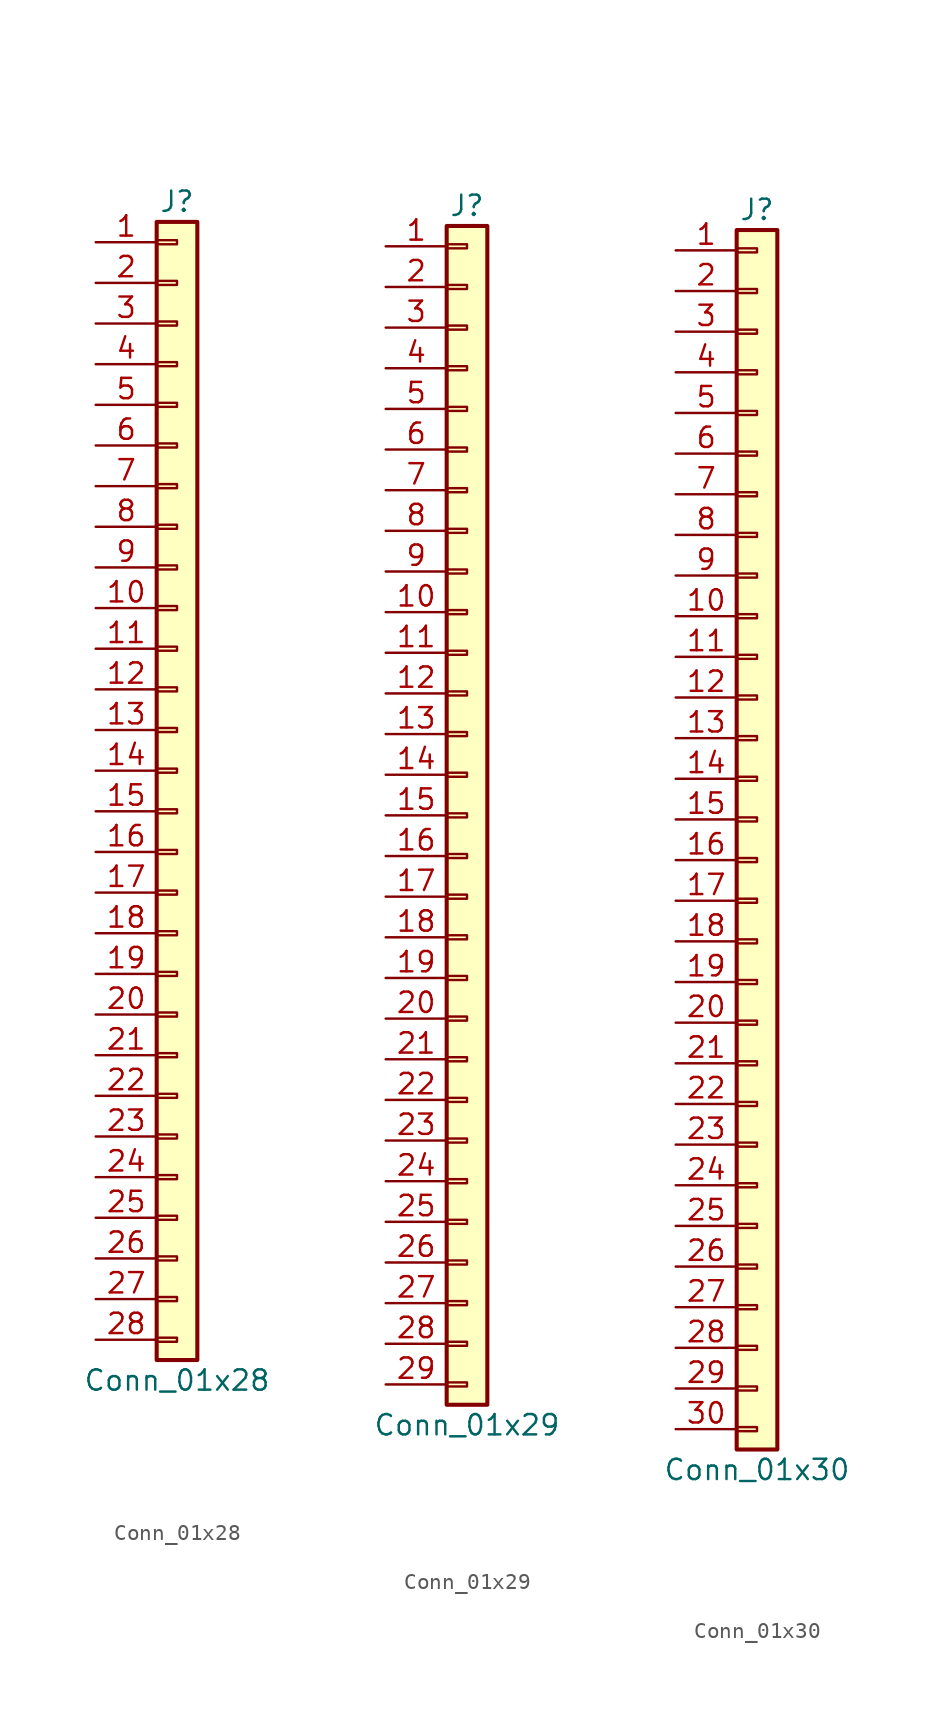
<source format=kicad_sym>
(kicad_symbol_lib
  (version 20201005)
  (generator kicad_symbol_editor)
  (symbol "Connector_Generic:Conn_01x28"
    (pin_names
      (offset 1.016) hide)
    (property "Reference" "J"
      (at 0 35.56 0)
      (effects (font (size 1.27 1.27))))
    (property "Value" "Conn_01x28"
      (at 0 -38.1 0)
      (effects (font (size 1.27 1.27))))
    (symbol "Conn_01x28_1_1"
      (rectangle (start -1.27 -27.813) (end 0 -28.067) (stroke (width 0.152)) (fill (type none)))
      (rectangle (start -1.27 -30.353) (end 0 -30.607) (stroke (width 0.152)) (fill (type none)))
      (rectangle (start -1.27 -32.893) (end 0 -33.147) (stroke (width 0.152)) (fill (type none)))
      (rectangle (start -1.27 -35.433) (end 0 -35.687) (stroke (width 0.152)) (fill (type none)))
      (rectangle (start -1.27 -4.953) (end 0 -5.207) (stroke (width 0.152)) (fill (type none)))
      (rectangle (start -1.27 -7.493) (end 0 -7.747) (stroke (width 0.152)) (fill (type none)))
      (rectangle (start -1.27 -10.033) (end 0 -10.287) (stroke (width 0.152)) (fill (type none)))
      (rectangle (start -1.27 -12.573) (end 0 -12.827) (stroke (width 0.152)) (fill (type none)))
      (rectangle (start -1.27 -15.113) (end 0 -15.367) (stroke (width 0.152)) (fill (type none)))
      (rectangle (start -1.27 -17.653) (end 0 -17.907) (stroke (width 0.152)) (fill (type none)))
      (rectangle (start -1.27 -20.193) (end 0 -20.447) (stroke (width 0.152)) (fill (type none)))
      (rectangle (start -1.27 -22.733) (end 0 -22.987) (stroke (width 0.152)) (fill (type none)))
      (rectangle (start -1.27 -2.413) (end 0 -2.667) (stroke (width 0.152)) (fill (type none)))
      (rectangle (start -1.27 -25.273) (end 0 -25.527) (stroke (width 0.152)) (fill (type none)))
      (rectangle (start -1.27 25.527) (end 0 25.273) (stroke (width 0.152)) (fill (type none)))
      (rectangle (start -1.27 2.667) (end 0 2.413) (stroke (width 0.152)) (fill (type none)))
      (rectangle (start -1.27 28.067) (end 0 27.813) (stroke (width 0.152)) (fill (type none)))
      (rectangle (start -1.27 30.607) (end 0 30.353) (stroke (width 0.152)) (fill (type none)))
      (rectangle (start -1.27 33.147) (end 0 32.893) (stroke (width 0.152)) (fill (type none)))
      (rectangle (start -1.27 34.29) (end 1.27 -36.83) (stroke (width 0.254)) (fill (type background)))
      (rectangle (start -1.27 5.207) (end 0 4.953) (stroke (width 0.152)) (fill (type none)))
      (rectangle (start -1.27 7.747) (end 0 7.493) (stroke (width 0.152)) (fill (type none)))
      (rectangle (start -1.27 10.287) (end 0 10.033) (stroke (width 0.152)) (fill (type none)))
      (rectangle (start -1.27 0.127) (end 0 -0.127) (stroke (width 0.152)) (fill (type none)))
      (rectangle (start -1.27 12.827) (end 0 12.573) (stroke (width 0.152)) (fill (type none)))
      (rectangle (start -1.27 15.367) (end 0 15.113) (stroke (width 0.152)) (fill (type none)))
      (rectangle (start -1.27 17.907) (end 0 17.653) (stroke (width 0.152)) (fill (type none)))
      (rectangle (start -1.27 20.447) (end 0 20.193) (stroke (width 0.152)) (fill (type none)))
      (rectangle (start -1.27 22.987) (end 0 22.733) (stroke (width 0.152)) (fill (type none)))
      (pin passive line (at -5.08 33.02 0) (length 3.81) (name "Pin_1" (effects (font (size 1.27 1.27)))) (number "1" (effects (font (size 1.27 1.27)))))
      (pin passive line (at -5.08 10.16 0) (length 3.81) (name "Pin_10" (effects (font (size 1.27 1.27)))) (number "10" (effects (font (size 1.27 1.27)))))
      (pin passive line (at -5.08 7.62 0) (length 3.81) (name "Pin_11" (effects (font (size 1.27 1.27)))) (number "11" (effects (font (size 1.27 1.27)))))
      (pin passive line (at -5.08 5.08 0) (length 3.81) (name "Pin_12" (effects (font (size 1.27 1.27)))) (number "12" (effects (font (size 1.27 1.27)))))
      (pin passive line (at -5.08 2.54 0) (length 3.81) (name "Pin_13" (effects (font (size 1.27 1.27)))) (number "13" (effects (font (size 1.27 1.27)))))
      (pin passive line (at -5.08 0 0) (length 3.81) (name "Pin_14" (effects (font (size 1.27 1.27)))) (number "14" (effects (font (size 1.27 1.27)))))
      (pin passive line (at -5.08 -2.54 0) (length 3.81) (name "Pin_15" (effects (font (size 1.27 1.27)))) (number "15" (effects (font (size 1.27 1.27)))))
      (pin passive line (at -5.08 -5.08 0) (length 3.81) (name "Pin_16" (effects (font (size 1.27 1.27)))) (number "16" (effects (font (size 1.27 1.27)))))
      (pin passive line (at -5.08 -7.62 0) (length 3.81) (name "Pin_17" (effects (font (size 1.27 1.27)))) (number "17" (effects (font (size 1.27 1.27)))))
      (pin passive line (at -5.08 -10.16 0) (length 3.81) (name "Pin_18" (effects (font (size 1.27 1.27)))) (number "18" (effects (font (size 1.27 1.27)))))
      (pin passive line (at -5.08 -12.7 0) (length 3.81) (name "Pin_19" (effects (font (size 1.27 1.27)))) (number "19" (effects (font (size 1.27 1.27)))))
      (pin passive line (at -5.08 30.48 0) (length 3.81) (name "Pin_2" (effects (font (size 1.27 1.27)))) (number "2" (effects (font (size 1.27 1.27)))))
      (pin passive line (at -5.08 -15.24 0) (length 3.81) (name "Pin_20" (effects (font (size 1.27 1.27)))) (number "20" (effects (font (size 1.27 1.27)))))
      (pin passive line (at -5.08 -17.78 0) (length 3.81) (name "Pin_21" (effects (font (size 1.27 1.27)))) (number "21" (effects (font (size 1.27 1.27)))))
      (pin passive line (at -5.08 -20.32 0) (length 3.81) (name "Pin_22" (effects (font (size 1.27 1.27)))) (number "22" (effects (font (size 1.27 1.27)))))
      (pin passive line (at -5.08 -22.86 0) (length 3.81) (name "Pin_23" (effects (font (size 1.27 1.27)))) (number "23" (effects (font (size 1.27 1.27)))))
      (pin passive line (at -5.08 -25.4 0) (length 3.81) (name "Pin_24" (effects (font (size 1.27 1.27)))) (number "24" (effects (font (size 1.27 1.27)))))
      (pin passive line (at -5.08 -27.94 0) (length 3.81) (name "Pin_25" (effects (font (size 1.27 1.27)))) (number "25" (effects (font (size 1.27 1.27)))))
      (pin passive line (at -5.08 -30.48 0) (length 3.81) (name "Pin_26" (effects (font (size 1.27 1.27)))) (number "26" (effects (font (size 1.27 1.27)))))
      (pin passive line (at -5.08 -33.02 0) (length 3.81) (name "Pin_27" (effects (font (size 1.27 1.27)))) (number "27" (effects (font (size 1.27 1.27)))))
      (pin passive line (at -5.08 -35.56 0) (length 3.81) (name "Pin_28" (effects (font (size 1.27 1.27)))) (number "28" (effects (font (size 1.27 1.27)))))
      (pin passive line (at -5.08 27.94 0) (length 3.81) (name "Pin_3" (effects (font (size 1.27 1.27)))) (number "3" (effects (font (size 1.27 1.27)))))
      (pin passive line (at -5.08 25.4 0) (length 3.81) (name "Pin_4" (effects (font (size 1.27 1.27)))) (number "4" (effects (font (size 1.27 1.27)))))
      (pin passive line (at -5.08 22.86 0) (length 3.81) (name "Pin_5" (effects (font (size 1.27 1.27)))) (number "5" (effects (font (size 1.27 1.27)))))
      (pin passive line (at -5.08 20.32 0) (length 3.81) (name "Pin_6" (effects (font (size 1.27 1.27)))) (number "6" (effects (font (size 1.27 1.27)))))
      (pin passive line (at -5.08 17.78 0) (length 3.81) (name "Pin_7" (effects (font (size 1.27 1.27)))) (number "7" (effects (font (size 1.27 1.27)))))
      (pin passive line (at -5.08 15.24 0) (length 3.81) (name "Pin_8" (effects (font (size 1.27 1.27)))) (number "8" (effects (font (size 1.27 1.27)))))
      (pin passive line (at -5.08 12.7 0) (length 3.81) (name "Pin_9" (effects (font (size 1.27 1.27)))) (number "9" (effects (font (size 1.27 1.27)))))))
  (symbol "Connector_Generic:Conn_01x29"
    (pin_names
      (offset 1.016) hide)
    (property "Reference" "J"
      (at 0 38.1 0)
      (effects (font (size 1.27 1.27))))
    (property "Value" "Conn_01x29"
      (at 0 -38.1 0)
      (effects (font (size 1.27 1.27))))
    (symbol "Conn_01x29_1_1"
      (rectangle (start -1.27 -27.813) (end 0 -28.067) (stroke (width 0.152)) (fill (type none)))
      (rectangle (start -1.27 -30.353) (end 0 -30.607) (stroke (width 0.152)) (fill (type none)))
      (rectangle (start -1.27 -32.893) (end 0 -33.147) (stroke (width 0.152)) (fill (type none)))
      (rectangle (start -1.27 -35.433) (end 0 -35.687) (stroke (width 0.152)) (fill (type none)))
      (rectangle (start -1.27 -4.953) (end 0 -5.207) (stroke (width 0.152)) (fill (type none)))
      (rectangle (start -1.27 -7.493) (end 0 -7.747) (stroke (width 0.152)) (fill (type none)))
      (rectangle (start -1.27 -10.033) (end 0 -10.287) (stroke (width 0.152)) (fill (type none)))
      (rectangle (start -1.27 -12.573) (end 0 -12.827) (stroke (width 0.152)) (fill (type none)))
      (rectangle (start -1.27 -15.113) (end 0 -15.367) (stroke (width 0.152)) (fill (type none)))
      (rectangle (start -1.27 -17.653) (end 0 -17.907) (stroke (width 0.152)) (fill (type none)))
      (rectangle (start -1.27 -20.193) (end 0 -20.447) (stroke (width 0.152)) (fill (type none)))
      (rectangle (start -1.27 -22.733) (end 0 -22.987) (stroke (width 0.152)) (fill (type none)))
      (rectangle (start -1.27 -2.413) (end 0 -2.667) (stroke (width 0.152)) (fill (type none)))
      (rectangle (start -1.27 -25.273) (end 0 -25.527) (stroke (width 0.152)) (fill (type none)))
      (rectangle (start -1.27 25.527) (end 0 25.273) (stroke (width 0.152)) (fill (type none)))
      (rectangle (start -1.27 2.667) (end 0 2.413) (stroke (width 0.152)) (fill (type none)))
      (rectangle (start -1.27 28.067) (end 0 27.813) (stroke (width 0.152)) (fill (type none)))
      (rectangle (start -1.27 30.607) (end 0 30.353) (stroke (width 0.152)) (fill (type none)))
      (rectangle (start -1.27 33.147) (end 0 32.893) (stroke (width 0.152)) (fill (type none)))
      (rectangle (start -1.27 35.687) (end 0 35.433) (stroke (width 0.152)) (fill (type none)))
      (rectangle (start -1.27 36.83) (end 1.27 -36.83) (stroke (width 0.254)) (fill (type background)))
      (rectangle (start -1.27 5.207) (end 0 4.953) (stroke (width 0.152)) (fill (type none)))
      (rectangle (start -1.27 7.747) (end 0 7.493) (stroke (width 0.152)) (fill (type none)))
      (rectangle (start -1.27 10.287) (end 0 10.033) (stroke (width 0.152)) (fill (type none)))
      (rectangle (start -1.27 0.127) (end 0 -0.127) (stroke (width 0.152)) (fill (type none)))
      (rectangle (start -1.27 12.827) (end 0 12.573) (stroke (width 0.152)) (fill (type none)))
      (rectangle (start -1.27 15.367) (end 0 15.113) (stroke (width 0.152)) (fill (type none)))
      (rectangle (start -1.27 17.907) (end 0 17.653) (stroke (width 0.152)) (fill (type none)))
      (rectangle (start -1.27 20.447) (end 0 20.193) (stroke (width 0.152)) (fill (type none)))
      (rectangle (start -1.27 22.987) (end 0 22.733) (stroke (width 0.152)) (fill (type none)))
      (pin passive line (at -5.08 35.56 0) (length 3.81) (name "Pin_1" (effects (font (size 1.27 1.27)))) (number "1" (effects (font (size 1.27 1.27)))))
      (pin passive line (at -5.08 12.7 0) (length 3.81) (name "Pin_10" (effects (font (size 1.27 1.27)))) (number "10" (effects (font (size 1.27 1.27)))))
      (pin passive line (at -5.08 10.16 0) (length 3.81) (name "Pin_11" (effects (font (size 1.27 1.27)))) (number "11" (effects (font (size 1.27 1.27)))))
      (pin passive line (at -5.08 7.62 0) (length 3.81) (name "Pin_12" (effects (font (size 1.27 1.27)))) (number "12" (effects (font (size 1.27 1.27)))))
      (pin passive line (at -5.08 5.08 0) (length 3.81) (name "Pin_13" (effects (font (size 1.27 1.27)))) (number "13" (effects (font (size 1.27 1.27)))))
      (pin passive line (at -5.08 2.54 0) (length 3.81) (name "Pin_14" (effects (font (size 1.27 1.27)))) (number "14" (effects (font (size 1.27 1.27)))))
      (pin passive line (at -5.08 0 0) (length 3.81) (name "Pin_15" (effects (font (size 1.27 1.27)))) (number "15" (effects (font (size 1.27 1.27)))))
      (pin passive line (at -5.08 -2.54 0) (length 3.81) (name "Pin_16" (effects (font (size 1.27 1.27)))) (number "16" (effects (font (size 1.27 1.27)))))
      (pin passive line (at -5.08 -5.08 0) (length 3.81) (name "Pin_17" (effects (font (size 1.27 1.27)))) (number "17" (effects (font (size 1.27 1.27)))))
      (pin passive line (at -5.08 -7.62 0) (length 3.81) (name "Pin_18" (effects (font (size 1.27 1.27)))) (number "18" (effects (font (size 1.27 1.27)))))
      (pin passive line (at -5.08 -10.16 0) (length 3.81) (name "Pin_19" (effects (font (size 1.27 1.27)))) (number "19" (effects (font (size 1.27 1.27)))))
      (pin passive line (at -5.08 33.02 0) (length 3.81) (name "Pin_2" (effects (font (size 1.27 1.27)))) (number "2" (effects (font (size 1.27 1.27)))))
      (pin passive line (at -5.08 -12.7 0) (length 3.81) (name "Pin_20" (effects (font (size 1.27 1.27)))) (number "20" (effects (font (size 1.27 1.27)))))
      (pin passive line (at -5.08 -15.24 0) (length 3.81) (name "Pin_21" (effects (font (size 1.27 1.27)))) (number "21" (effects (font (size 1.27 1.27)))))
      (pin passive line (at -5.08 -17.78 0) (length 3.81) (name "Pin_22" (effects (font (size 1.27 1.27)))) (number "22" (effects (font (size 1.27 1.27)))))
      (pin passive line (at -5.08 -20.32 0) (length 3.81) (name "Pin_23" (effects (font (size 1.27 1.27)))) (number "23" (effects (font (size 1.27 1.27)))))
      (pin passive line (at -5.08 -22.86 0) (length 3.81) (name "Pin_24" (effects (font (size 1.27 1.27)))) (number "24" (effects (font (size 1.27 1.27)))))
      (pin passive line (at -5.08 -25.4 0) (length 3.81) (name "Pin_25" (effects (font (size 1.27 1.27)))) (number "25" (effects (font (size 1.27 1.27)))))
      (pin passive line (at -5.08 -27.94 0) (length 3.81) (name "Pin_26" (effects (font (size 1.27 1.27)))) (number "26" (effects (font (size 1.27 1.27)))))
      (pin passive line (at -5.08 -30.48 0) (length 3.81) (name "Pin_27" (effects (font (size 1.27 1.27)))) (number "27" (effects (font (size 1.27 1.27)))))
      (pin passive line (at -5.08 -33.02 0) (length 3.81) (name "Pin_28" (effects (font (size 1.27 1.27)))) (number "28" (effects (font (size 1.27 1.27)))))
      (pin passive line (at -5.08 -35.56 0) (length 3.81) (name "Pin_29" (effects (font (size 1.27 1.27)))) (number "29" (effects (font (size 1.27 1.27)))))
      (pin passive line (at -5.08 30.48 0) (length 3.81) (name "Pin_3" (effects (font (size 1.27 1.27)))) (number "3" (effects (font (size 1.27 1.27)))))
      (pin passive line (at -5.08 27.94 0) (length 3.81) (name "Pin_4" (effects (font (size 1.27 1.27)))) (number "4" (effects (font (size 1.27 1.27)))))
      (pin passive line (at -5.08 25.4 0) (length 3.81) (name "Pin_5" (effects (font (size 1.27 1.27)))) (number "5" (effects (font (size 1.27 1.27)))))
      (pin passive line (at -5.08 22.86 0) (length 3.81) (name "Pin_6" (effects (font (size 1.27 1.27)))) (number "6" (effects (font (size 1.27 1.27)))))
      (pin passive line (at -5.08 20.32 0) (length 3.81) (name "Pin_7" (effects (font (size 1.27 1.27)))) (number "7" (effects (font (size 1.27 1.27)))))
      (pin passive line (at -5.08 17.78 0) (length 3.81) (name "Pin_8" (effects (font (size 1.27 1.27)))) (number "8" (effects (font (size 1.27 1.27)))))
      (pin passive line (at -5.08 15.24 0) (length 3.81) (name "Pin_9" (effects (font (size 1.27 1.27)))) (number "9" (effects (font (size 1.27 1.27)))))))
  (symbol "Connector_Generic:Conn_01x30"
    (pin_names
      (offset 1.016) hide)
    (property "Reference" "J"
      (at 0 38.1 0)
      (effects (font (size 1.27 1.27))))
    (property "Value" "Conn_01x30"
      (at 0 -40.64 0)
      (effects (font (size 1.27 1.27))))
    (symbol "Conn_01x30_1_1"
      (rectangle (start -1.27 -27.813) (end 0 -28.067) (stroke (width 0.152)) (fill (type none)))
      (rectangle (start -1.27 -30.353) (end 0 -30.607) (stroke (width 0.152)) (fill (type none)))
      (rectangle (start -1.27 -32.893) (end 0 -33.147) (stroke (width 0.152)) (fill (type none)))
      (rectangle (start -1.27 -35.433) (end 0 -35.687) (stroke (width 0.152)) (fill (type none)))
      (rectangle (start -1.27 -37.973) (end 0 -38.227) (stroke (width 0.152)) (fill (type none)))
      (rectangle (start -1.27 -4.953) (end 0 -5.207) (stroke (width 0.152)) (fill (type none)))
      (rectangle (start -1.27 -7.493) (end 0 -7.747) (stroke (width 0.152)) (fill (type none)))
      (rectangle (start -1.27 -10.033) (end 0 -10.287) (stroke (width 0.152)) (fill (type none)))
      (rectangle (start -1.27 -12.573) (end 0 -12.827) (stroke (width 0.152)) (fill (type none)))
      (rectangle (start -1.27 -15.113) (end 0 -15.367) (stroke (width 0.152)) (fill (type none)))
      (rectangle (start -1.27 -17.653) (end 0 -17.907) (stroke (width 0.152)) (fill (type none)))
      (rectangle (start -1.27 -20.193) (end 0 -20.447) (stroke (width 0.152)) (fill (type none)))
      (rectangle (start -1.27 -22.733) (end 0 -22.987) (stroke (width 0.152)) (fill (type none)))
      (rectangle (start -1.27 -2.413) (end 0 -2.667) (stroke (width 0.152)) (fill (type none)))
      (rectangle (start -1.27 -25.273) (end 0 -25.527) (stroke (width 0.152)) (fill (type none)))
      (rectangle (start -1.27 25.527) (end 0 25.273) (stroke (width 0.152)) (fill (type none)))
      (rectangle (start -1.27 2.667) (end 0 2.413) (stroke (width 0.152)) (fill (type none)))
      (rectangle (start -1.27 28.067) (end 0 27.813) (stroke (width 0.152)) (fill (type none)))
      (rectangle (start -1.27 30.607) (end 0 30.353) (stroke (width 0.152)) (fill (type none)))
      (rectangle (start -1.27 33.147) (end 0 32.893) (stroke (width 0.152)) (fill (type none)))
      (rectangle (start -1.27 35.687) (end 0 35.433) (stroke (width 0.152)) (fill (type none)))
      (rectangle (start -1.27 36.83) (end 1.27 -39.37) (stroke (width 0.254)) (fill (type background)))
      (rectangle (start -1.27 5.207) (end 0 4.953) (stroke (width 0.152)) (fill (type none)))
      (rectangle (start -1.27 7.747) (end 0 7.493) (stroke (width 0.152)) (fill (type none)))
      (rectangle (start -1.27 10.287) (end 0 10.033) (stroke (width 0.152)) (fill (type none)))
      (rectangle (start -1.27 0.127) (end 0 -0.127) (stroke (width 0.152)) (fill (type none)))
      (rectangle (start -1.27 12.827) (end 0 12.573) (stroke (width 0.152)) (fill (type none)))
      (rectangle (start -1.27 15.367) (end 0 15.113) (stroke (width 0.152)) (fill (type none)))
      (rectangle (start -1.27 17.907) (end 0 17.653) (stroke (width 0.152)) (fill (type none)))
      (rectangle (start -1.27 20.447) (end 0 20.193) (stroke (width 0.152)) (fill (type none)))
      (rectangle (start -1.27 22.987) (end 0 22.733) (stroke (width 0.152)) (fill (type none)))
      (pin passive line (at -5.08 35.56 0) (length 3.81) (name "Pin_1" (effects (font (size 1.27 1.27)))) (number "1" (effects (font (size 1.27 1.27)))))
      (pin passive line (at -5.08 12.7 0) (length 3.81) (name "Pin_10" (effects (font (size 1.27 1.27)))) (number "10" (effects (font (size 1.27 1.27)))))
      (pin passive line (at -5.08 10.16 0) (length 3.81) (name "Pin_11" (effects (font (size 1.27 1.27)))) (number "11" (effects (font (size 1.27 1.27)))))
      (pin passive line (at -5.08 7.62 0) (length 3.81) (name "Pin_12" (effects (font (size 1.27 1.27)))) (number "12" (effects (font (size 1.27 1.27)))))
      (pin passive line (at -5.08 5.08 0) (length 3.81) (name "Pin_13" (effects (font (size 1.27 1.27)))) (number "13" (effects (font (size 1.27 1.27)))))
      (pin passive line (at -5.08 2.54 0) (length 3.81) (name "Pin_14" (effects (font (size 1.27 1.27)))) (number "14" (effects (font (size 1.27 1.27)))))
      (pin passive line (at -5.08 0 0) (length 3.81) (name "Pin_15" (effects (font (size 1.27 1.27)))) (number "15" (effects (font (size 1.27 1.27)))))
      (pin passive line (at -5.08 -2.54 0) (length 3.81) (name "Pin_16" (effects (font (size 1.27 1.27)))) (number "16" (effects (font (size 1.27 1.27)))))
      (pin passive line (at -5.08 -5.08 0) (length 3.81) (name "Pin_17" (effects (font (size 1.27 1.27)))) (number "17" (effects (font (size 1.27 1.27)))))
      (pin passive line (at -5.08 -7.62 0) (length 3.81) (name "Pin_18" (effects (font (size 1.27 1.27)))) (number "18" (effects (font (size 1.27 1.27)))))
      (pin passive line (at -5.08 -10.16 0) (length 3.81) (name "Pin_19" (effects (font (size 1.27 1.27)))) (number "19" (effects (font (size 1.27 1.27)))))
      (pin passive line (at -5.08 33.02 0) (length 3.81) (name "Pin_2" (effects (font (size 1.27 1.27)))) (number "2" (effects (font (size 1.27 1.27)))))
      (pin passive line (at -5.08 -12.7 0) (length 3.81) (name "Pin_20" (effects (font (size 1.27 1.27)))) (number "20" (effects (font (size 1.27 1.27)))))
      (pin passive line (at -5.08 -15.24 0) (length 3.81) (name "Pin_21" (effects (font (size 1.27 1.27)))) (number "21" (effects (font (size 1.27 1.27)))))
      (pin passive line (at -5.08 -17.78 0) (length 3.81) (name "Pin_22" (effects (font (size 1.27 1.27)))) (number "22" (effects (font (size 1.27 1.27)))))
      (pin passive line (at -5.08 -20.32 0) (length 3.81) (name "Pin_23" (effects (font (size 1.27 1.27)))) (number "23" (effects (font (size 1.27 1.27)))))
      (pin passive line (at -5.08 -22.86 0) (length 3.81) (name "Pin_24" (effects (font (size 1.27 1.27)))) (number "24" (effects (font (size 1.27 1.27)))))
      (pin passive line (at -5.08 -25.4 0) (length 3.81) (name "Pin_25" (effects (font (size 1.27 1.27)))) (number "25" (effects (font (size 1.27 1.27)))))
      (pin passive line (at -5.08 -27.94 0) (length 3.81) (name "Pin_26" (effects (font (size 1.27 1.27)))) (number "26" (effects (font (size 1.27 1.27)))))
      (pin passive line (at -5.08 -30.48 0) (length 3.81) (name "Pin_27" (effects (font (size 1.27 1.27)))) (number "27" (effects (font (size 1.27 1.27)))))
      (pin passive line (at -5.08 -33.02 0) (length 3.81) (name "Pin_28" (effects (font (size 1.27 1.27)))) (number "28" (effects (font (size 1.27 1.27)))))
      (pin passive line (at -5.08 -35.56 0) (length 3.81) (name "Pin_29" (effects (font (size 1.27 1.27)))) (number "29" (effects (font (size 1.27 1.27)))))
      (pin passive line (at -5.08 30.48 0) (length 3.81) (name "Pin_3" (effects (font (size 1.27 1.27)))) (number "3" (effects (font (size 1.27 1.27)))))
      (pin passive line (at -5.08 -38.1 0) (length 3.81) (name "Pin_30" (effects (font (size 1.27 1.27)))) (number "30" (effects (font (size 1.27 1.27)))))
      (pin passive line (at -5.08 27.94 0) (length 3.81) (name "Pin_4" (effects (font (size 1.27 1.27)))) (number "4" (effects (font (size 1.27 1.27)))))
      (pin passive line (at -5.08 25.4 0) (length 3.81) (name "Pin_5" (effects (font (size 1.27 1.27)))) (number "5" (effects (font (size 1.27 1.27)))))
      (pin passive line (at -5.08 22.86 0) (length 3.81) (name "Pin_6" (effects (font (size 1.27 1.27)))) (number "6" (effects (font (size 1.27 1.27)))))
      (pin passive line (at -5.08 20.32 0) (length 3.81) (name "Pin_7" (effects (font (size 1.27 1.27)))) (number "7" (effects (font (size 1.27 1.27)))))
      (pin passive line (at -5.08 17.78 0) (length 3.81) (name "Pin_8" (effects (font (size 1.27 1.27)))) (number "8" (effects (font (size 1.27 1.27)))))
      (pin passive line (at -5.08 15.24 0) (length 3.81) (name "Pin_9" (effects (font (size 1.27 1.27)))) (number "9" (effects (font (size 1.27 1.27))))))))
</source>
